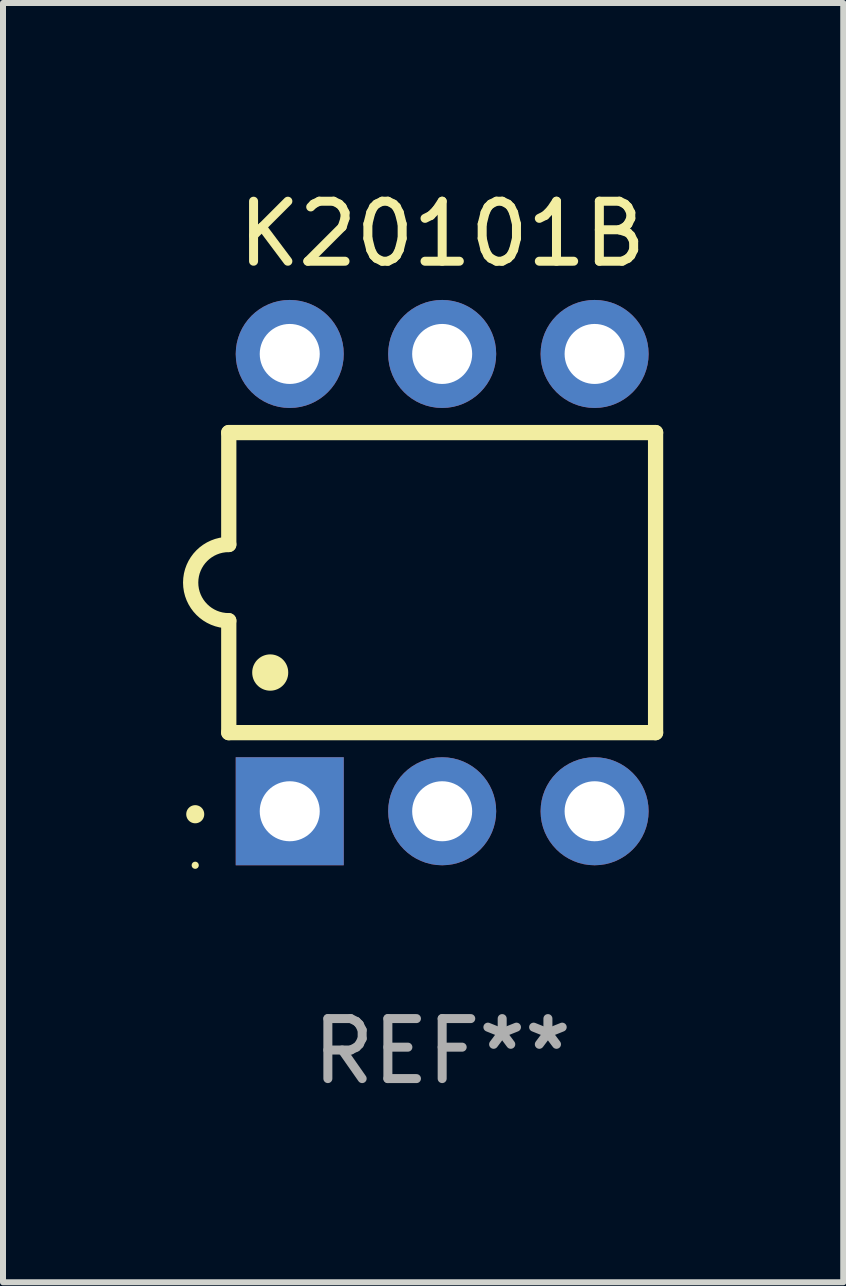
<source format=kicad_pcb>
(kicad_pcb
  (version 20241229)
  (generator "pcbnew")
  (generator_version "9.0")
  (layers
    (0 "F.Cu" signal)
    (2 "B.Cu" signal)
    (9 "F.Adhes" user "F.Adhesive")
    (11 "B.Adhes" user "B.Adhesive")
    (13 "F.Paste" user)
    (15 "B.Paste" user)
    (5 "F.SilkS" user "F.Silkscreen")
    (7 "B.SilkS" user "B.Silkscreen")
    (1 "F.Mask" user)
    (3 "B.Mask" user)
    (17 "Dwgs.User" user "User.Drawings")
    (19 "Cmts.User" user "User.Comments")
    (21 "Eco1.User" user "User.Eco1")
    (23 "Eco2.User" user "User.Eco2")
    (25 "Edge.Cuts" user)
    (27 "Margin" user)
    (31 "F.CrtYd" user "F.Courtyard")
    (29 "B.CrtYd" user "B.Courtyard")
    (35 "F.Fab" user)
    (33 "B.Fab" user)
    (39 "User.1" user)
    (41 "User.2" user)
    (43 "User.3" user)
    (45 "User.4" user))
  (footprint "K20101B"
    (layer "F.Cu")
    (at 4.318 6.658)
    (property "Reference" "K20101B" (at 0 -5.81 0) (layer "F.SilkS") (effects (font (size 1 1) (thickness 0.15))))
    (attr through_hole)
    (fp_line (start -3.556 -2.5) (end 3.556 -2.5) (stroke (width 0.254) (type solid)) (layer "F.SilkS"))
    (fp_line (start -3.556 -0.635) (end -3.556 -2.5) (stroke (width 0.254) (type solid)) (layer "F.SilkS"))
    (fp_line (start -3.556 0.635) (end -3.556 2.5) (stroke (width 0.254) (type solid)) (layer "F.SilkS"))
    (fp_line (start -3.556 2.5) (end 3.556 2.5) (stroke (width 0.254) (type solid)) (layer "F.SilkS"))
    (fp_line (start 3.556 -2.5) (end 3.556 2.5) (stroke (width 0.254) (type solid)) (layer "F.SilkS"))
    (fp_arc (start -4.114808 3.860808) (mid -4.114813 3.859538) (end -4.114808 3.858268) (stroke (width 0.3) (type solid)) (layer "F.SilkS"))
    (fp_arc (start -3.556007 0.635001) (mid -4.191008 0) (end -3.556007 -0.635001) (stroke (width 0.254001) (type solid)) (layer "F.SilkS"))
    (fp_arc (start -2.865405 1.501143) (mid -2.865416 1.498603) (end -2.865405 1.496063) (stroke (width 0.6) (type solid)) (layer "F.SilkS"))
    (fp_circle (center -4.115 4.71) (end -4.085 4.71) (stroke (width 0.06) (type solid)) (fill no) (layer "F.SilkS"))
    (fp_text user "REF**" (at 0 7.81 0) (layer "F.Fab") (effects (font (size 1 1) (thickness 0.15))))
    (pad "1" thru_hole rect (at -2.54 3.81 90) (size 1.8 1.8) (drill 1) (layers "*.Cu" "*.Mask"))
    (pad "2" thru_hole circle (at 0 3.81) (size 1.8 1.8) (drill 1) (layers "*.Cu" "*.Mask"))
    (pad "3" thru_hole circle (at 2.54 3.81) (size 1.8 1.8) (drill 1) (layers "*.Cu" "*.Mask"))
    (pad "4" thru_hole circle (at 2.54 -3.81) (size 1.8 1.8) (drill 1) (layers "*.Cu" "*.Mask"))
    (pad "5" thru_hole circle (at 0 -3.81) (size 1.8 1.8) (drill 1) (layers "*.Cu" "*.Mask"))
    (pad "6" thru_hole circle (at -2.54 -3.81) (size 1.8 1.8) (drill 1) (layers "*.Cu" "*.Mask")))
  (gr_rect
    (start -3 -3)
    (end 11.001 18.317)
    (stroke (width 0.1) (type default))
    (fill no)
    (layer "Edge.Cuts")))
</source>
